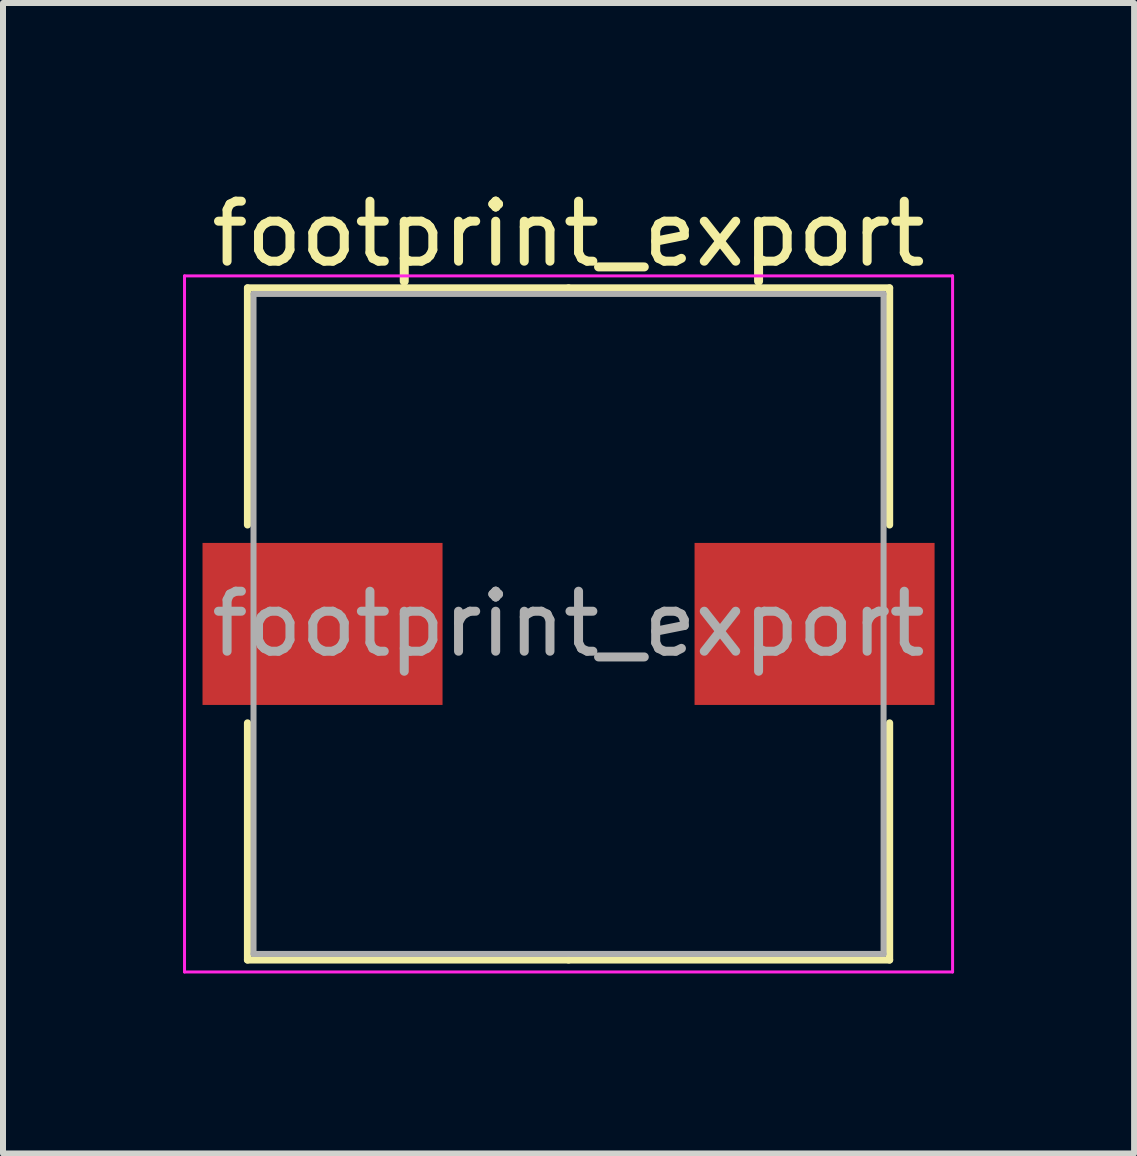
<source format=kicad_pcb>
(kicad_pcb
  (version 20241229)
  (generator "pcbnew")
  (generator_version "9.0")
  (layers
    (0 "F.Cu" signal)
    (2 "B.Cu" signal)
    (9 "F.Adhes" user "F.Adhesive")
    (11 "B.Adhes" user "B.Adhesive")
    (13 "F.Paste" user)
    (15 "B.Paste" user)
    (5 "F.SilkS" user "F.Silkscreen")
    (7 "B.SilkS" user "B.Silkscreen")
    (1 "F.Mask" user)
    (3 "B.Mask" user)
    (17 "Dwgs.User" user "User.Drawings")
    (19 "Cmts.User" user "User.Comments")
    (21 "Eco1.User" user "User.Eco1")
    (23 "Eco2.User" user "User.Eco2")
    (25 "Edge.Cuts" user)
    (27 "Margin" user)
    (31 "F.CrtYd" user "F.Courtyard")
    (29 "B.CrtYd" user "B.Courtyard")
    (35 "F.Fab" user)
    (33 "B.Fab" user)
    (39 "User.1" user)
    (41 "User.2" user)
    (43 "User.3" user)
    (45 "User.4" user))
  (footprint "footprint_export"
    (layer "F.Cu")
    (at 6.425 7.348)
    (property "Reference" "footprint_export" (at 0 -6.5 0) (layer "F.SilkS") (effects (font (size 1 1) (thickness 0.15))))
    (attr smd)
    (fp_line (start -5.35 -5.6) (end 0 -5.6) (stroke (width 0.12) (type solid)) (layer "F.SilkS"))
    (fp_line (start -5.35 -1.65) (end -5.35 -5.6) (stroke (width 0.12) (type solid)) (layer "F.SilkS"))
    (fp_line (start -5.35 1.65) (end -5.35 5.6) (stroke (width 0.12) (type solid)) (layer "F.SilkS"))
    (fp_line (start -5.35 5.6) (end 0 5.6) (stroke (width 0.12) (type solid)) (layer "F.SilkS"))
    (fp_line (start 5.35 -5.6) (end 0 -5.6) (stroke (width 0.12) (type solid)) (layer "F.SilkS"))
    (fp_line (start 5.35 -1.65) (end 5.35 -5.6) (stroke (width 0.12) (type solid)) (layer "F.SilkS"))
    (fp_line (start 5.35 1.65) (end 5.35 5.6) (stroke (width 0.12) (type solid)) (layer "F.SilkS"))
    (fp_line (start 5.35 5.6) (end 0 5.6) (stroke (width 0.12) (type solid)) (layer "F.SilkS"))
    (fp_line (start -6.4 -5.8) (end -6.4 5.8) (stroke (width 0.05) (type solid)) (layer "F.CrtYd"))
    (fp_line (start -6.4 5.8) (end 6.4 5.8) (stroke (width 0.05) (type solid)) (layer "F.CrtYd"))
    (fp_line (start 6.4 -5.8) (end -6.4 -5.8) (stroke (width 0.05) (type solid)) (layer "F.CrtYd"))
    (fp_line (start 6.4 5.8) (end 6.4 -5.8) (stroke (width 0.05) (type solid)) (layer "F.CrtYd"))
    (fp_line (start -5.25 -5.5) (end -5.25 5.5) (stroke (width 0.1) (type solid)) (layer "F.Fab"))
    (fp_line (start -5.25 5.5) (end 5.25 5.5) (stroke (width 0.1) (type solid)) (layer "F.Fab"))
    (fp_line (start 5.25 -5.5) (end -5.25 -5.5) (stroke (width 0.1) (type solid)) (layer "F.Fab"))
    (fp_line (start 5.25 5.5) (end 5.25 -5.5) (stroke (width 0.1) (type solid)) (layer "F.Fab"))
    (fp_text user "${REFERENCE}" (at 0 0 0) (layer "F.Fab") (effects (font (size 1 1) (thickness 0.15))))
    (pad "1" smd rect (at -4.1 0) (size 4 2.7) (layers "F.Cu" "F.Mask" "F.Paste"))
    (pad "2" smd rect (at 4.1 0) (size 4 2.7) (layers "F.Cu" "F.Mask" "F.Paste")))
  (gr_rect
    (start -3 -3)
    (end 15.85 16.173)
    (stroke (width 0.1) (type default))
    (fill no)
    (layer "Edge.Cuts")))
</source>
